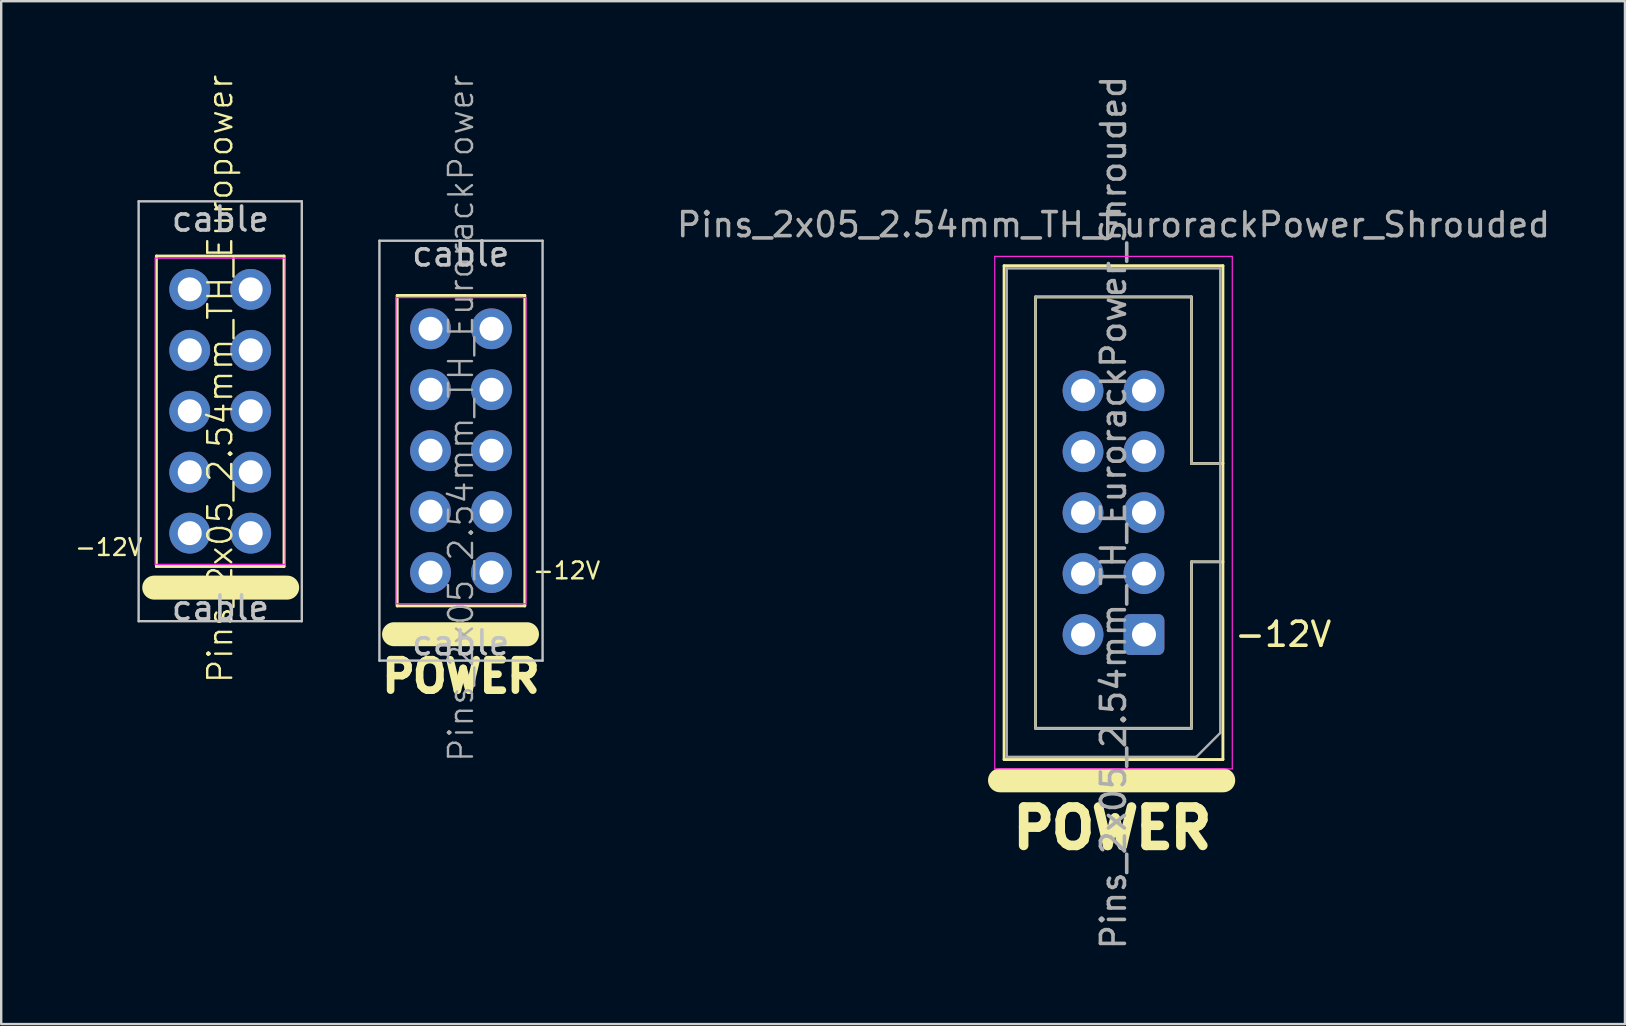
<source format=kicad_pcb>
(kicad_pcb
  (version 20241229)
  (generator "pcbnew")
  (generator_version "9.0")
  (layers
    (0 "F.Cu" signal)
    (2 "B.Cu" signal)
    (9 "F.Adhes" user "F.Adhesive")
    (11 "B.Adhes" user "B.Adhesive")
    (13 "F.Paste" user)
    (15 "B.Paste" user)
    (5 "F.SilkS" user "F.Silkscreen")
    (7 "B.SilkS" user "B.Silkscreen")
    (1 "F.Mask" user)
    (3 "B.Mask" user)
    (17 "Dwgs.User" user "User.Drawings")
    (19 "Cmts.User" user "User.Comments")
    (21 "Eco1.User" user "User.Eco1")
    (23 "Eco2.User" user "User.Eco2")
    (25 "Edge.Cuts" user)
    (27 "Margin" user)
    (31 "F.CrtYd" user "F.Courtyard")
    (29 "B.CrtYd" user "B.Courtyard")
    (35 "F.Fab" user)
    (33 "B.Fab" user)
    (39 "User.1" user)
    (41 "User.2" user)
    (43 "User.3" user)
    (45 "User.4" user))
  (footprint "Pins_2x05_2.54mm_TH_Europower"
    (layer "F.Cu")
    (at 6.128 14.09)
    (property "Reference" "Pins_2x05_2.54mm_TH_Europower" (at 0 -1.35 270) (layer "F.SilkS") (effects (font (size 1 1) (thickness 0.1))))
    (attr through_hole)
    (fp_line (start -2.75 7.35) (end 2.79 7.35) (stroke (width 1) (type solid)) (layer "F.SilkS"))
    (fp_line (start -2.66 -6.47) (end -2.66 6.47) (stroke (width 0.12) (type solid)) (layer "F.SilkS"))
    (fp_line (start -2.66 6.47) (end 2.66 6.47) (stroke (width 0.12) (type solid)) (layer "F.SilkS"))
    (fp_line (start 2.66 -6.47) (end -2.66 -6.47) (stroke (width 0.12) (type solid)) (layer "F.SilkS"))
    (fp_line (start 2.66 6.47) (end 2.66 -6.47) (stroke (width 0.12) (type solid)) (layer "F.SilkS"))
    (fp_line (start -3.4 -8.75) (end 3.4 -8.75) (stroke (width 0.1) (type solid)) (layer "Dwgs.User"))
    (fp_line (start -3.4 8.75) (end -3.4 -8.75) (stroke (width 0.1) (type solid)) (layer "Dwgs.User"))
    (fp_line (start -3.4 8.75) (end 3.4 8.75) (stroke (width 0.1) (type solid)) (layer "Dwgs.User"))
    (fp_line (start 3.4 8.75) (end 3.4 -8.75) (stroke (width 0.1) (type solid)) (layer "Dwgs.User"))
    (fp_line (start -2.71 -6.38) (end -2.71 6.38) (stroke (width 0.05) (type solid)) (layer "F.CrtYd"))
    (fp_line (start -2.71 6.38) (end 2.71 6.38) (stroke (width 0.05) (type solid)) (layer "F.CrtYd"))
    (fp_line (start 2.71 -6.38) (end -2.71 -6.38) (stroke (width 0.05) (type solid)) (layer "F.CrtYd"))
    (fp_line (start 2.71 6.38) (end 2.71 -6.38) (stroke (width 0.05) (type solid)) (layer "F.CrtYd"))
    (fp_text user "-12V" (at -4.648 5.67 0) (layer "F.SilkS") (effects (font (size 0.7 0.7) (thickness 0.1))))
    (fp_text user "cable" (at 0.01 8.2 0) (layer "Dwgs.User") (effects (font (size 1 1) (thickness 0.15))))
    (fp_text user "cable" (at 0.01 -8.01 0) (layer "Dwgs.User") (effects (font (size 1 1) (thickness 0.15))))
    (pad "1" thru_hole oval (at -1.27 -5.08) (size 1.7 1.7) (drill 1) (layers "*.Cu" "*.Mask"))
    (pad "2" thru_hole oval (at 1.27 -5.08) (size 1.7 1.7) (drill 1) (layers "*.Cu" "*.Mask"))
    (pad "3" thru_hole oval (at -1.27 -2.54) (size 1.7 1.7) (drill 1) (layers "*.Cu" "*.Mask"))
    (pad "4" thru_hole oval (at 1.27 -2.54) (size 1.7 1.7) (drill 1) (layers "*.Cu" "*.Mask"))
    (pad "5" thru_hole oval (at -1.27 0) (size 1.7 1.7) (drill 1) (layers "*.Cu" "*.Mask"))
    (pad "6" thru_hole oval (at 1.27 0) (size 1.7 1.7) (drill 1) (layers "*.Cu" "*.Mask"))
    (pad "7" thru_hole oval (at -1.27 2.54) (size 1.7 1.7) (drill 1) (layers "*.Cu" "*.Mask"))
    (pad "8" thru_hole oval (at 1.27 2.54) (size 1.7 1.7) (drill 1) (layers "*.Cu" "*.Mask"))
    (pad "9" thru_hole oval (at -1.27 5.08) (size 1.7 1.7) (drill 1) (layers "*.Cu" "*.Mask"))
    (pad "10" thru_hole oval (at 1.27 5.08) (size 1.7 1.7) (drill 1) (layers "*.Cu" "*.Mask")))
  (footprint "Pins_2x05_2.54mm_TH_EurorackPower_Shrouded"
    (layer "F.Cu")
    (at 43.358 18.315)
    (property "Reference" "Pins_2x05_2.54mm_TH_EurorackPower_Shrouded" (at 0 -12 180) (layer "F.Fab") (effects (font (size 1 1) (thickness 0.15))))
    (attr through_hole)
    (fp_line (start -4.56 -10.29) (end 4.56 -10.29) (stroke (width 0.12) (type solid)) (layer "F.SilkS"))
    (fp_line (start -4.56 10.29) (end -4.56 -10.29) (stroke (width 0.12) (type solid)) (layer "F.SilkS"))
    (fp_line (start -3.25 -8.99) (end 3.25 -8.99) (stroke (width 0.12) (type solid)) (layer "F.SilkS"))
    (fp_line (start -3.25 8.99) (end -3.25 -8.99) (stroke (width 0.12) (type solid)) (layer "F.SilkS"))
    (fp_line (start 3.25 -8.99) (end 3.25 -2.05) (stroke (width 0.12) (type solid)) (layer "F.SilkS"))
    (fp_line (start 3.25 -2.05) (end 3.25 -2.05) (stroke (width 0.12) (type solid)) (layer "F.SilkS"))
    (fp_line (start 3.25 -2.05) (end 4.56 -2.05) (stroke (width 0.12) (type solid)) (layer "F.SilkS"))
    (fp_line (start 3.25 2.05) (end 3.25 8.99) (stroke (width 0.12) (type solid)) (layer "F.SilkS"))
    (fp_line (start 3.25 8.99) (end -3.25 8.99) (stroke (width 0.12) (type solid)) (layer "F.SilkS"))
    (fp_line (start 4.56 -10.29) (end 4.56 10.29) (stroke (width 0.12) (type solid)) (layer "F.SilkS"))
    (fp_line (start 4.56 2.05) (end 3.25 2.05) (stroke (width 0.12) (type solid)) (layer "F.SilkS"))
    (fp_line (start 4.56 10.29) (end -4.56 10.29) (stroke (width 0.12) (type solid)) (layer "F.SilkS"))
    (fp_line (start 4.572 11.156) (end -4.73 11.156) (stroke (width 1) (type solid)) (layer "F.SilkS"))
    (fp_line (start -4.95 -10.68) (end -4.95 10.68) (stroke (width 0.05) (type solid)) (layer "F.CrtYd"))
    (fp_line (start -4.95 10.68) (end 4.95 10.68) (stroke (width 0.05) (type solid)) (layer "F.CrtYd"))
    (fp_line (start 4.95 -10.68) (end -4.95 -10.68) (stroke (width 0.05) (type solid)) (layer "F.CrtYd"))
    (fp_line (start 4.95 10.68) (end 4.95 -10.68) (stroke (width 0.05) (type solid)) (layer "F.CrtYd"))
    (fp_line (start -4.45 -10.18) (end 4.45 -10.18) (stroke (width 0.1) (type solid)) (layer "F.Fab"))
    (fp_line (start -4.45 10.18) (end -4.45 -10.18) (stroke (width 0.1) (type solid)) (layer "F.Fab"))
    (fp_line (start -3.25 -8.99) (end 3.25 -8.99) (stroke (width 0.1) (type solid)) (layer "F.Fab"))
    (fp_line (start -3.25 8.99) (end -3.25 -8.99) (stroke (width 0.1) (type solid)) (layer "F.Fab"))
    (fp_line (start 3.25 -8.99) (end 3.25 -2.05) (stroke (width 0.1) (type solid)) (layer "F.Fab"))
    (fp_line (start 3.25 -2.05) (end 3.25 -2.05) (stroke (width 0.1) (type solid)) (layer "F.Fab"))
    (fp_line (start 3.25 -2.05) (end 4.45 -2.05) (stroke (width 0.1) (type solid)) (layer "F.Fab"))
    (fp_line (start 3.25 2.05) (end 3.25 8.99) (stroke (width 0.1) (type solid)) (layer "F.Fab"))
    (fp_line (start 3.25 8.99) (end -3.25 8.99) (stroke (width 0.1) (type solid)) (layer "F.Fab"))
    (fp_line (start 3.45 10.18) (end -4.45 10.18) (stroke (width 0.1) (type solid)) (layer "F.Fab"))
    (fp_line (start 4.45 -10.18) (end 4.45 9.18) (stroke (width 0.1) (type solid)) (layer "F.Fab"))
    (fp_line (start 4.45 2.05) (end 3.25 2.05) (stroke (width 0.1) (type solid)) (layer "F.Fab"))
    (fp_line (start 4.45 9.18) (end 3.45 10.18) (stroke (width 0.1) (type solid)) (layer "F.Fab"))
    (fp_text user "-12V" (at 7.07 5.07 0) (unlocked yes) (layer "F.SilkS") (effects (font (size 1 1) (thickness 0.15))))
    (fp_text user "POWER" (at -0.05 13.15 0) (unlocked yes) (layer "F.SilkS") (effects (font (size 1.6 1.6) (thickness 0.4))))
    (fp_text user "${REFERENCE}" (at 0 0 270) (layer "F.Fab") (effects (font (size 1 1) (thickness 0.15))))
    (pad "1" thru_hole roundrect (at 1.27 5.08 180) (size 1.7 1.7) (drill 1) (layers "*.Cu" "*.Mask") (roundrect_rratio 0.147))
    (pad "2" thru_hole circle (at -1.27 5.08 180) (size 1.7 1.7) (drill 1) (layers "*.Cu" "*.Mask"))
    (pad "3" thru_hole circle (at 1.27 2.54 180) (size 1.7 1.7) (drill 1) (layers "*.Cu" "*.Mask"))
    (pad "4" thru_hole circle (at -1.27 2.54 180) (size 1.7 1.7) (drill 1) (layers "*.Cu" "*.Mask"))
    (pad "5" thru_hole circle (at 1.27 0 180) (size 1.7 1.7) (drill 1) (layers "*.Cu" "*.Mask"))
    (pad "6" thru_hole circle (at -1.27 0 180) (size 1.7 1.7) (drill 1) (layers "*.Cu" "*.Mask"))
    (pad "7" thru_hole circle (at 1.27 -2.54 180) (size 1.7 1.7) (drill 1) (layers "*.Cu" "*.Mask"))
    (pad "8" thru_hole circle (at -1.27 -2.54 180) (size 1.7 1.7) (drill 1) (layers "*.Cu" "*.Mask"))
    (pad "9" thru_hole circle (at 1.27 -5.08 180) (size 1.7 1.7) (drill 1) (layers "*.Cu" "*.Mask"))
    (pad "10" thru_hole circle (at -1.27 -5.08 180) (size 1.7 1.7) (drill 1) (layers "*.Cu" "*.Mask")))
  (footprint "Pins_2x05_2.54mm_TH_EurorackPower"
    (layer "F.Cu")
    (at 16.163 15.733)
    (property "Reference" "Pins_2x05_2.54mm_TH_EurorackPower" (at 0 -1.35 270) (layer "F.Fab") (effects (font (size 1 1) (thickness 0.1))))
    (attr through_hole)
    (fp_line (start -2.66 -6.47) (end -2.66 6.47) (stroke (width 0.12) (type solid)) (layer "F.SilkS"))
    (fp_line (start -2.66 6.47) (end 2.66 6.47) (stroke (width 0.12) (type solid)) (layer "F.SilkS"))
    (fp_line (start 2.66 -6.47) (end -2.66 -6.47) (stroke (width 0.12) (type solid)) (layer "F.SilkS"))
    (fp_line (start 2.66 6.47) (end 2.66 -6.47) (stroke (width 0.12) (type solid)) (layer "F.SilkS"))
    (fp_line (start 2.75 7.65) (end -2.79 7.65) (stroke (width 1) (type solid)) (layer "F.SilkS"))
    (fp_line (start -3.4 -8.75) (end -3.4 8.75) (stroke (width 0.1) (type solid)) (layer "Dwgs.User"))
    (fp_line (start 3.4 -8.75) (end -3.4 -8.75) (stroke (width 0.1) (type solid)) (layer "Dwgs.User"))
    (fp_line (start 3.4 -8.75) (end 3.4 8.75) (stroke (width 0.1) (type solid)) (layer "Dwgs.User"))
    (fp_line (start 3.4 8.75) (end -3.4 8.75) (stroke (width 0.1) (type solid)) (layer "Dwgs.User"))
    (fp_line (start -2.71 -6.38) (end -2.71 6.38) (stroke (width 0.05) (type solid)) (layer "F.CrtYd"))
    (fp_line (start -2.71 6.38) (end 2.71 6.38) (stroke (width 0.05) (type solid)) (layer "F.CrtYd"))
    (fp_line (start 2.71 -6.38) (end -2.71 -6.38) (stroke (width 0.05) (type solid)) (layer "F.CrtYd"))
    (fp_line (start 2.71 6.38) (end 2.71 -6.38) (stroke (width 0.05) (type solid)) (layer "F.CrtYd"))
    (fp_text user "-12V" (at 4.4 5 180) (layer "F.SilkS") (effects (font (size 0.7 0.7) (thickness 0.1))))
    (fp_text user "POWER" (at 0 9.41 180) (layer "F.SilkS") (effects (font (size 1.27 1.27) (thickness 0.318))))
    (fp_text user "cable" (at -0.01 8.01 180) (layer "Dwgs.User") (effects (font (size 1 1) (thickness 0.15))))
    (fp_text user "cable" (at -0.01 -8.2 180) (layer "Dwgs.User") (effects (font (size 1 1) (thickness 0.15))))
    (pad "1" thru_hole oval (at 1.27 5.08 180) (size 1.7 1.7) (drill 1) (layers "*.Cu" "*.Mask"))
    (pad "2" thru_hole oval (at -1.27 5.08 180) (size 1.7 1.7) (drill 1) (layers "*.Cu" "*.Mask"))
    (pad "3" thru_hole oval (at 1.27 2.54 180) (size 1.7 1.7) (drill 1) (layers "*.Cu" "*.Mask"))
    (pad "4" thru_hole oval (at -1.27 2.54 180) (size 1.7 1.7) (drill 1) (layers "*.Cu" "*.Mask"))
    (pad "5" thru_hole oval (at 1.27 0 180) (size 1.7 1.7) (drill 1) (layers "*.Cu" "*.Mask"))
    (pad "6" thru_hole oval (at -1.27 0 180) (size 1.7 1.7) (drill 1) (layers "*.Cu" "*.Mask"))
    (pad "7" thru_hole oval (at 1.27 -2.54 180) (size 1.7 1.7) (drill 1) (layers "*.Cu" "*.Mask"))
    (pad "8" thru_hole oval (at -1.27 -2.54 180) (size 1.7 1.7) (drill 1) (layers "*.Cu" "*.Mask"))
    (pad "9" thru_hole oval (at 1.27 -5.08 180) (size 1.7 1.7) (drill 1) (layers "*.Cu" "*.Mask"))
    (pad "10" thru_hole oval (at -1.27 -5.08 180) (size 1.7 1.7) (drill 1) (layers "*.Cu" "*.Mask")))
  (gr_rect
    (start -3 -3)
    (end 64.674 39.631)
    (stroke (width 0.1) (type default))
    (fill no)
    (layer "Edge.Cuts")))
</source>
